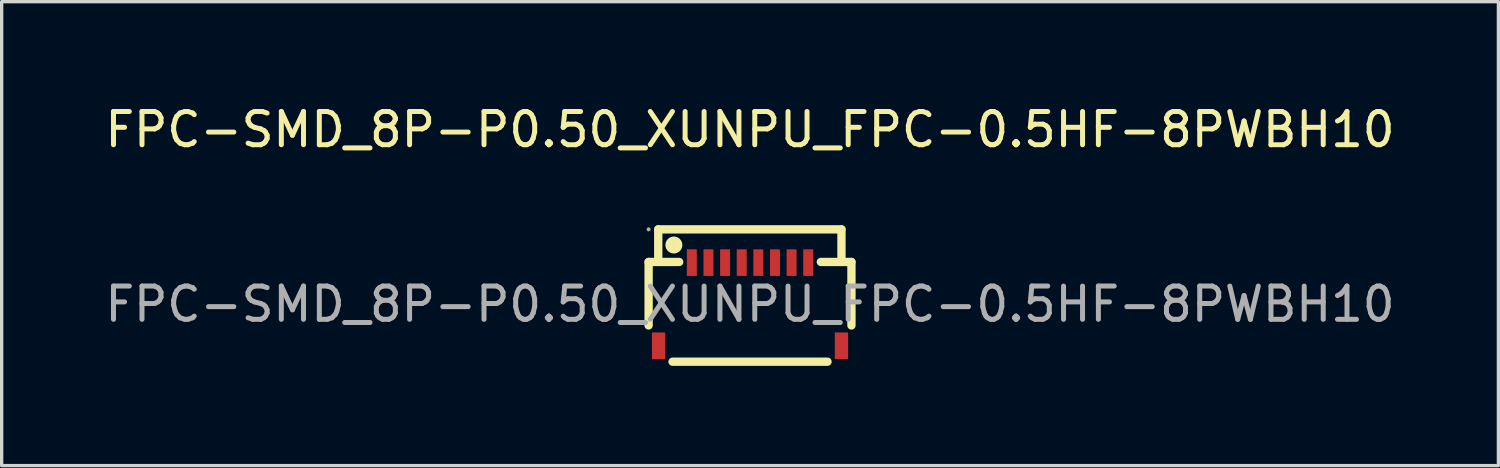
<source format=kicad_pcb>
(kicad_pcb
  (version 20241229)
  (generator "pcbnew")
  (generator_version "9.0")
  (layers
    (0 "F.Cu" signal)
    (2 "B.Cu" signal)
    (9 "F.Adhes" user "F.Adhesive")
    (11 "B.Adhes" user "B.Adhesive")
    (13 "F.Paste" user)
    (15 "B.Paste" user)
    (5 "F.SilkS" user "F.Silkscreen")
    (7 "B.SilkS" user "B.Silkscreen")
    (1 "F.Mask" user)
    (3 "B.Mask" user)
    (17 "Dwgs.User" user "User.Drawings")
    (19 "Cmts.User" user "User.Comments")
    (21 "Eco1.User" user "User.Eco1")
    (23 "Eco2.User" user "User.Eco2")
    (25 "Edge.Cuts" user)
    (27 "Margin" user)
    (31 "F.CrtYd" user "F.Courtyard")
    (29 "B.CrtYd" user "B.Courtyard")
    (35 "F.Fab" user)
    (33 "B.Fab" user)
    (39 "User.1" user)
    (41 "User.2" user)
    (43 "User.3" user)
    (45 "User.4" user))
  (footprint "FPC-SMD_8P-P0.50_XUNPU_FPC-0.5HF-8PWBH10"
    (layer "F.Cu")
    (at 19.506 6.098)
    (property "Reference" "FPC-SMD_8P-P0.50_XUNPU_FPC-0.5HF-8PWBH10" (at 0 -5.25 0) (layer "F.SilkS") (effects (font (size 1 1) (thickness 0.15))))
    (attr smd)
    (fp_line (start -3.05 -1.27) (end -3.05 0.64) (stroke (width 0.25) (type solid)) (layer "F.SilkS"))
    (fp_line (start -3.05 -1.27) (end -2.13 -1.27) (stroke (width 0.25) (type solid)) (layer "F.SilkS"))
    (fp_line (start -2.76 -2.25) (end 2.75 -2.25) (stroke (width 0.25) (type solid)) (layer "F.SilkS"))
    (fp_line (start -2.76 -1.27) (end -2.76 -2.25) (stroke (width 0.25) (type solid)) (layer "F.SilkS"))
    (fp_line (start 2.13 -1.27) (end 3.05 -1.27) (stroke (width 0.25) (type solid)) (layer "F.SilkS"))
    (fp_line (start 2.33 1.73) (end -2.33 1.73) (stroke (width 0.25) (type solid)) (layer "F.SilkS"))
    (fp_line (start 2.75 -2.25) (end 2.75 -1.27) (stroke (width 0.25) (type solid)) (layer "F.SilkS"))
    (fp_line (start 3.05 -1.27) (end 3.05 0.64) (stroke (width 0.25) (type solid)) (layer "F.SilkS"))
    (fp_circle (center -2.29 -1.78) (end -2.16 -1.78) (stroke (width 0.25) (type solid)) (fill no) (layer "F.SilkS"))
    (fp_circle (center -3.05 -2.25) (end -3.02 -2.25) (stroke (width 0.06) (type solid)) (fill no) (layer "F.Fab"))
    (fp_text user "${REFERENCE}" (at 0 0 0) (layer "F.Fab") (effects (font (size 1 1) (thickness 0.15))))
    (pad "1" smd rect (at -1.75 -1.25) (size 0.3 0.8) (layers "F.Cu" "F.Mask" "F.Paste"))
    (pad "2" smd rect (at -1.25 -1.25) (size 0.3 0.8) (layers "F.Cu" "F.Mask" "F.Paste"))
    (pad "3" smd rect (at -0.75 -1.25) (size 0.3 0.8) (layers "F.Cu" "F.Mask" "F.Paste"))
    (pad "4" smd rect (at -0.25 -1.25) (size 0.3 0.8) (layers "F.Cu" "F.Mask" "F.Paste"))
    (pad "5" smd rect (at 0.25 -1.25) (size 0.3 0.8) (layers "F.Cu" "F.Mask" "F.Paste"))
    (pad "6" smd rect (at 0.75 -1.25) (size 0.3 0.8) (layers "F.Cu" "F.Mask" "F.Paste"))
    (pad "7" smd rect (at 1.25 -1.25) (size 0.3 0.8) (layers "F.Cu" "F.Mask" "F.Paste"))
    (pad "8" smd rect (at 1.75 -1.25) (size 0.3 0.8) (layers "F.Cu" "F.Mask" "F.Paste"))
    (pad "9" smd rect (at 2.75 1.25) (size 0.4 0.8) (layers "F.Cu" "F.Mask" "F.Paste"))
    (pad "10" smd rect (at -2.75 1.25) (size 0.4 0.8) (layers "F.Cu" "F.Mask" "F.Paste")))
  (gr_rect
    (start -3 -3)
    (end 42.012 10.953)
    (stroke (width 0.1) (type default))
    (fill no)
    (layer "Edge.Cuts")))
</source>
